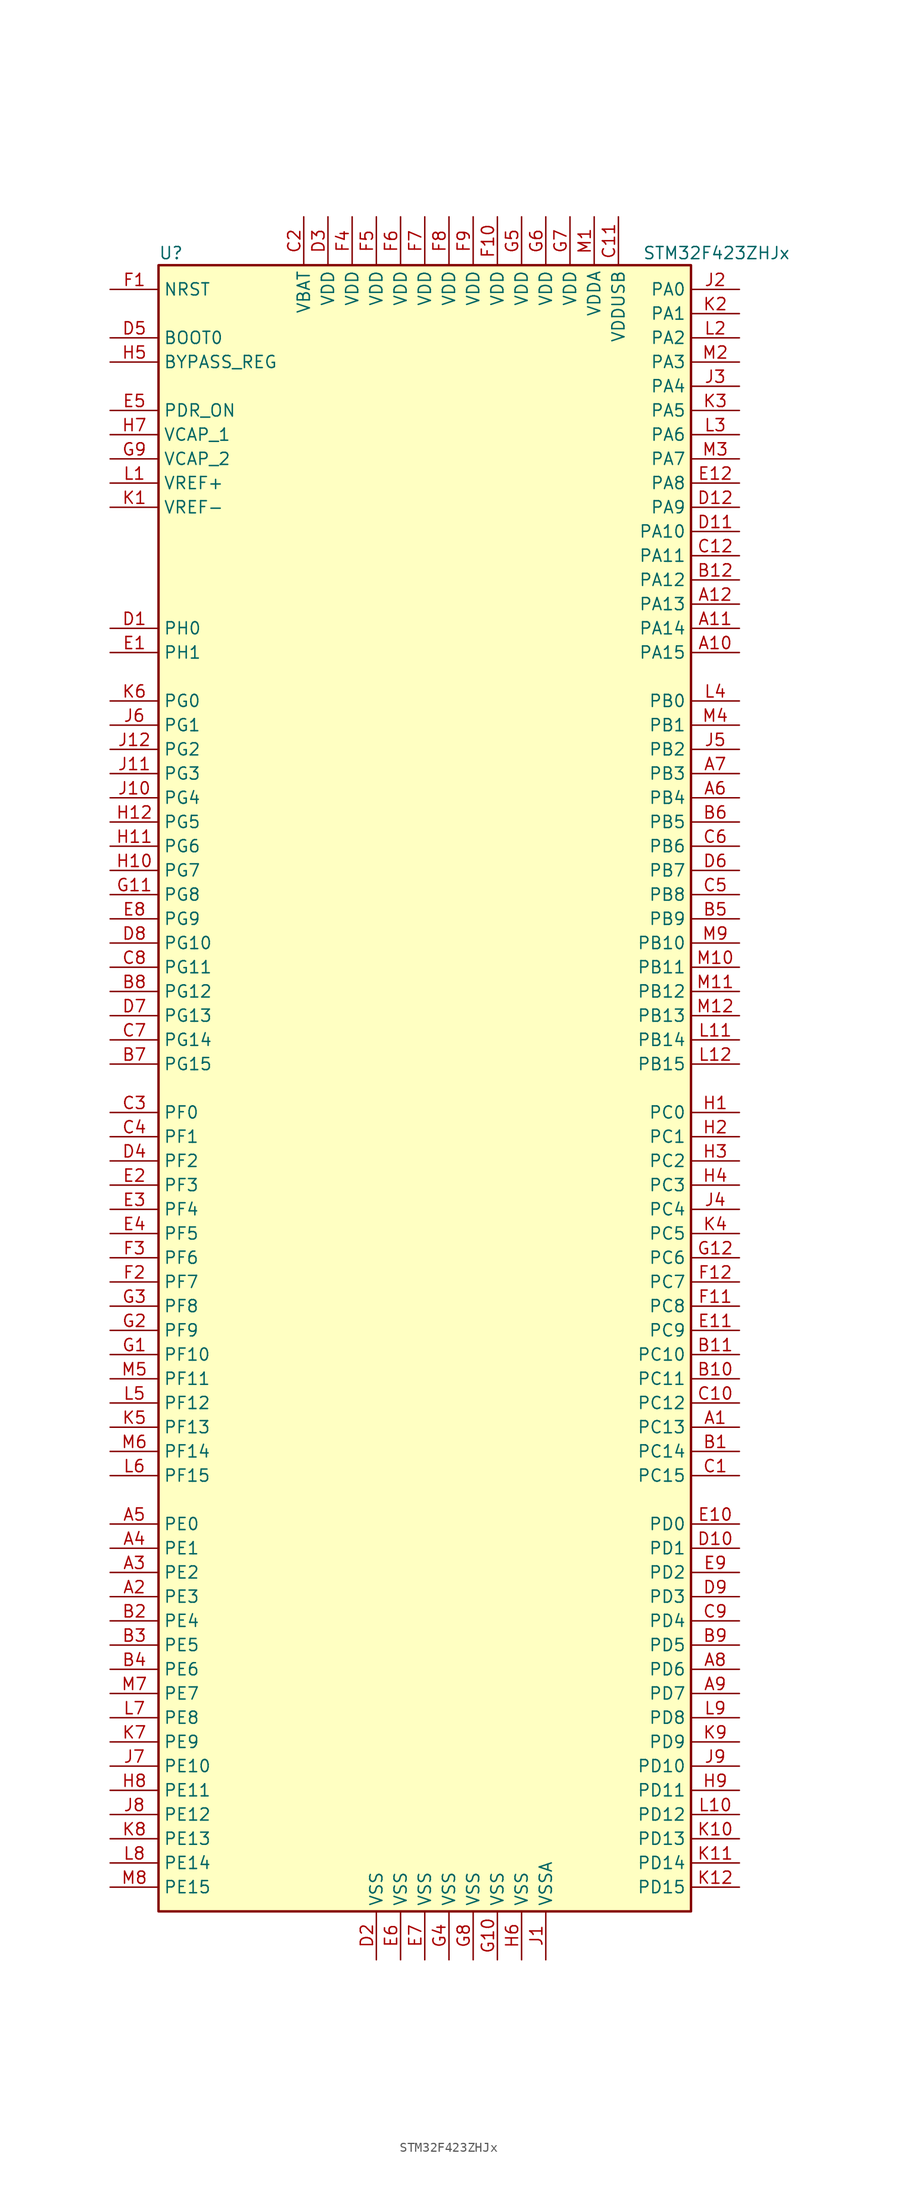
<source format=kicad_sym>
(kicad_symbol_lib
  (version 20211014)
  (generator kicad_symbol_editor)
  (symbol "STM32F423ZHJx"
    (property "Reference" "U"
      (at -27.94 87.63 0)
      (effects (font (size 1.27 1.27)) (justify left)))
    (property "Value" "STM32F423ZHJx"
      (at 22.86 87.63 0)
      (effects (font (size 1.27 1.27)) (justify left)))
    (symbol "STM32F423ZHJx_0_1"
      (rectangle (start -27.94 -86.36) (end 27.94 86.36) (stroke (width 0.254) (type default) (color 0 0 0 0)) (fill (type background))))
    (symbol "STM32F423ZHJx_1_1"
      (pin bidirectional line (at 33.02 -35.56 180) (length 5.08) (name "PC13" (effects (font (size 1.27 1.27)))) (number "A1" (effects (font (size 1.27 1.27)))))
      (pin bidirectional line (at 33.02 45.72 180) (length 5.08) (name "PA15" (effects (font (size 1.27 1.27)))) (number "A10" (effects (font (size 1.27 1.27)))))
      (pin bidirectional line (at 33.02 48.26 180) (length 5.08) (name "PA14" (effects (font (size 1.27 1.27)))) (number "A11" (effects (font (size 1.27 1.27)))))
      (pin bidirectional line (at 33.02 50.8 180) (length 5.08) (name "PA13" (effects (font (size 1.27 1.27)))) (number "A12" (effects (font (size 1.27 1.27)))))
      (pin bidirectional line (at -33.02 -53.34 0) (length 5.08) (name "PE3" (effects (font (size 1.27 1.27)))) (number "A2" (effects (font (size 1.27 1.27)))))
      (pin bidirectional line (at -33.02 -50.8 0) (length 5.08) (name "PE2" (effects (font (size 1.27 1.27)))) (number "A3" (effects (font (size 1.27 1.27)))))
      (pin bidirectional line (at -33.02 -48.26 0) (length 5.08) (name "PE1" (effects (font (size 1.27 1.27)))) (number "A4" (effects (font (size 1.27 1.27)))))
      (pin bidirectional line (at -33.02 -45.72 0) (length 5.08) (name "PE0" (effects (font (size 1.27 1.27)))) (number "A5" (effects (font (size 1.27 1.27)))))
      (pin bidirectional line (at 33.02 30.48 180) (length 5.08) (name "PB4" (effects (font (size 1.27 1.27)))) (number "A6" (effects (font (size 1.27 1.27)))))
      (pin bidirectional line (at 33.02 33.02 180) (length 5.08) (name "PB3" (effects (font (size 1.27 1.27)))) (number "A7" (effects (font (size 1.27 1.27)))))
      (pin bidirectional line (at 33.02 -60.96 180) (length 5.08) (name "PD6" (effects (font (size 1.27 1.27)))) (number "A8" (effects (font (size 1.27 1.27)))))
      (pin bidirectional line (at 33.02 -63.5 180) (length 5.08) (name "PD7" (effects (font (size 1.27 1.27)))) (number "A9" (effects (font (size 1.27 1.27)))))
      (pin bidirectional line (at 33.02 -38.1 180) (length 5.08) (name "PC14" (effects (font (size 1.27 1.27)))) (number "B1" (effects (font (size 1.27 1.27)))))
      (pin bidirectional line (at 33.02 -30.48 180) (length 5.08) (name "PC11" (effects (font (size 1.27 1.27)))) (number "B10" (effects (font (size 1.27 1.27)))))
      (pin bidirectional line (at 33.02 -27.94 180) (length 5.08) (name "PC10" (effects (font (size 1.27 1.27)))) (number "B11" (effects (font (size 1.27 1.27)))))
      (pin bidirectional line (at 33.02 53.34 180) (length 5.08) (name "PA12" (effects (font (size 1.27 1.27)))) (number "B12" (effects (font (size 1.27 1.27)))))
      (pin bidirectional line (at -33.02 -55.88 0) (length 5.08) (name "PE4" (effects (font (size 1.27 1.27)))) (number "B2" (effects (font (size 1.27 1.27)))))
      (pin bidirectional line (at -33.02 -58.42 0) (length 5.08) (name "PE5" (effects (font (size 1.27 1.27)))) (number "B3" (effects (font (size 1.27 1.27)))))
      (pin bidirectional line (at -33.02 -60.96 0) (length 5.08) (name "PE6" (effects (font (size 1.27 1.27)))) (number "B4" (effects (font (size 1.27 1.27)))))
      (pin bidirectional line (at 33.02 17.78 180) (length 5.08) (name "PB9" (effects (font (size 1.27 1.27)))) (number "B5" (effects (font (size 1.27 1.27)))))
      (pin bidirectional line (at 33.02 27.94 180) (length 5.08) (name "PB5" (effects (font (size 1.27 1.27)))) (number "B6" (effects (font (size 1.27 1.27)))))
      (pin bidirectional line (at -33.02 2.54 0) (length 5.08) (name "PG15" (effects (font (size 1.27 1.27)))) (number "B7" (effects (font (size 1.27 1.27)))))
      (pin bidirectional line (at -33.02 10.16 0) (length 5.08) (name "PG12" (effects (font (size 1.27 1.27)))) (number "B8" (effects (font (size 1.27 1.27)))))
      (pin bidirectional line (at 33.02 -58.42 180) (length 5.08) (name "PD5" (effects (font (size 1.27 1.27)))) (number "B9" (effects (font (size 1.27 1.27)))))
      (pin bidirectional line (at 33.02 -40.64 180) (length 5.08) (name "PC15" (effects (font (size 1.27 1.27)))) (number "C1" (effects (font (size 1.27 1.27)))))
      (pin bidirectional line (at 33.02 -33.02 180) (length 5.08) (name "PC12" (effects (font (size 1.27 1.27)))) (number "C10" (effects (font (size 1.27 1.27)))))
      (pin power_in line (at 20.32 91.44 270) (length 5.08) (name "VDDUSB" (effects (font (size 1.27 1.27)))) (number "C11" (effects (font (size 1.27 1.27)))))
      (pin bidirectional line (at 33.02 55.88 180) (length 5.08) (name "PA11" (effects (font (size 1.27 1.27)))) (number "C12" (effects (font (size 1.27 1.27)))))
      (pin power_in line (at -12.7 91.44 270) (length 5.08) (name "VBAT" (effects (font (size 1.27 1.27)))) (number "C2" (effects (font (size 1.27 1.27)))))
      (pin bidirectional line (at -33.02 -2.54 0) (length 5.08) (name "PF0" (effects (font (size 1.27 1.27)))) (number "C3" (effects (font (size 1.27 1.27)))))
      (pin bidirectional line (at -33.02 -5.08 0) (length 5.08) (name "PF1" (effects (font (size 1.27 1.27)))) (number "C4" (effects (font (size 1.27 1.27)))))
      (pin bidirectional line (at 33.02 20.32 180) (length 5.08) (name "PB8" (effects (font (size 1.27 1.27)))) (number "C5" (effects (font (size 1.27 1.27)))))
      (pin bidirectional line (at 33.02 25.4 180) (length 5.08) (name "PB6" (effects (font (size 1.27 1.27)))) (number "C6" (effects (font (size 1.27 1.27)))))
      (pin bidirectional line (at -33.02 5.08 0) (length 5.08) (name "PG14" (effects (font (size 1.27 1.27)))) (number "C7" (effects (font (size 1.27 1.27)))))
      (pin bidirectional line (at -33.02 12.7 0) (length 5.08) (name "PG11" (effects (font (size 1.27 1.27)))) (number "C8" (effects (font (size 1.27 1.27)))))
      (pin bidirectional line (at 33.02 -55.88 180) (length 5.08) (name "PD4" (effects (font (size 1.27 1.27)))) (number "C9" (effects (font (size 1.27 1.27)))))
      (pin input line (at -33.02 48.26 0) (length 5.08) (name "PH0" (effects (font (size 1.27 1.27)))) (number "D1" (effects (font (size 1.27 1.27)))))
      (pin bidirectional line (at 33.02 -48.26 180) (length 5.08) (name "PD1" (effects (font (size 1.27 1.27)))) (number "D10" (effects (font (size 1.27 1.27)))))
      (pin bidirectional line (at 33.02 58.42 180) (length 5.08) (name "PA10" (effects (font (size 1.27 1.27)))) (number "D11" (effects (font (size 1.27 1.27)))))
      (pin bidirectional line (at 33.02 60.96 180) (length 5.08) (name "PA9" (effects (font (size 1.27 1.27)))) (number "D12" (effects (font (size 1.27 1.27)))))
      (pin power_in line (at -5.08 -91.44 90) (length 5.08) (name "VSS" (effects (font (size 1.27 1.27)))) (number "D2" (effects (font (size 1.27 1.27)))))
      (pin power_in line (at -10.16 91.44 270) (length 5.08) (name "VDD" (effects (font (size 1.27 1.27)))) (number "D3" (effects (font (size 1.27 1.27)))))
      (pin bidirectional line (at -33.02 -7.62 0) (length 5.08) (name "PF2" (effects (font (size 1.27 1.27)))) (number "D4" (effects (font (size 1.27 1.27)))))
      (pin input line (at -33.02 78.74 0) (length 5.08) (name "BOOT0" (effects (font (size 1.27 1.27)))) (number "D5" (effects (font (size 1.27 1.27)))))
      (pin bidirectional line (at 33.02 22.86 180) (length 5.08) (name "PB7" (effects (font (size 1.27 1.27)))) (number "D6" (effects (font (size 1.27 1.27)))))
      (pin bidirectional line (at -33.02 7.62 0) (length 5.08) (name "PG13" (effects (font (size 1.27 1.27)))) (number "D7" (effects (font (size 1.27 1.27)))))
      (pin bidirectional line (at -33.02 15.24 0) (length 5.08) (name "PG10" (effects (font (size 1.27 1.27)))) (number "D8" (effects (font (size 1.27 1.27)))))
      (pin bidirectional line (at 33.02 -53.34 180) (length 5.08) (name "PD3" (effects (font (size 1.27 1.27)))) (number "D9" (effects (font (size 1.27 1.27)))))
      (pin input line (at -33.02 45.72 0) (length 5.08) (name "PH1" (effects (font (size 1.27 1.27)))) (number "E1" (effects (font (size 1.27 1.27)))))
      (pin bidirectional line (at 33.02 -45.72 180) (length 5.08) (name "PD0" (effects (font (size 1.27 1.27)))) (number "E10" (effects (font (size 1.27 1.27)))))
      (pin bidirectional line (at 33.02 -25.4 180) (length 5.08) (name "PC9" (effects (font (size 1.27 1.27)))) (number "E11" (effects (font (size 1.27 1.27)))))
      (pin bidirectional line (at 33.02 63.5 180) (length 5.08) (name "PA8" (effects (font (size 1.27 1.27)))) (number "E12" (effects (font (size 1.27 1.27)))))
      (pin bidirectional line (at -33.02 -10.16 0) (length 5.08) (name "PF3" (effects (font (size 1.27 1.27)))) (number "E2" (effects (font (size 1.27 1.27)))))
      (pin bidirectional line (at -33.02 -12.7 0) (length 5.08) (name "PF4" (effects (font (size 1.27 1.27)))) (number "E3" (effects (font (size 1.27 1.27)))))
      (pin bidirectional line (at -33.02 -15.24 0) (length 5.08) (name "PF5" (effects (font (size 1.27 1.27)))) (number "E4" (effects (font (size 1.27 1.27)))))
      (pin power_in line (at -33.02 71.12 0) (length 5.08) (name "PDR_ON" (effects (font (size 1.27 1.27)))) (number "E5" (effects (font (size 1.27 1.27)))))
      (pin power_in line (at -2.54 -91.44 90) (length 5.08) (name "VSS" (effects (font (size 1.27 1.27)))) (number "E6" (effects (font (size 1.27 1.27)))))
      (pin power_in line (at 0 -91.44 90) (length 5.08) (name "VSS" (effects (font (size 1.27 1.27)))) (number "E7" (effects (font (size 1.27 1.27)))))
      (pin bidirectional line (at -33.02 17.78 0) (length 5.08) (name "PG9" (effects (font (size 1.27 1.27)))) (number "E8" (effects (font (size 1.27 1.27)))))
      (pin bidirectional line (at 33.02 -50.8 180) (length 5.08) (name "PD2" (effects (font (size 1.27 1.27)))) (number "E9" (effects (font (size 1.27 1.27)))))
      (pin input line (at -33.02 83.82 0) (length 5.08) (name "NRST" (effects (font (size 1.27 1.27)))) (number "F1" (effects (font (size 1.27 1.27)))))
      (pin power_in line (at 7.62 91.44 270) (length 5.08) (name "VDD" (effects (font (size 1.27 1.27)))) (number "F10" (effects (font (size 1.27 1.27)))))
      (pin bidirectional line (at 33.02 -22.86 180) (length 5.08) (name "PC8" (effects (font (size 1.27 1.27)))) (number "F11" (effects (font (size 1.27 1.27)))))
      (pin bidirectional line (at 33.02 -20.32 180) (length 5.08) (name "PC7" (effects (font (size 1.27 1.27)))) (number "F12" (effects (font (size 1.27 1.27)))))
      (pin bidirectional line (at -33.02 -20.32 0) (length 5.08) (name "PF7" (effects (font (size 1.27 1.27)))) (number "F2" (effects (font (size 1.27 1.27)))))
      (pin bidirectional line (at -33.02 -17.78 0) (length 5.08) (name "PF6" (effects (font (size 1.27 1.27)))) (number "F3" (effects (font (size 1.27 1.27)))))
      (pin power_in line (at -7.62 91.44 270) (length 5.08) (name "VDD" (effects (font (size 1.27 1.27)))) (number "F4" (effects (font (size 1.27 1.27)))))
      (pin power_in line (at -5.08 91.44 270) (length 5.08) (name "VDD" (effects (font (size 1.27 1.27)))) (number "F5" (effects (font (size 1.27 1.27)))))
      (pin power_in line (at -2.54 91.44 270) (length 5.08) (name "VDD" (effects (font (size 1.27 1.27)))) (number "F6" (effects (font (size 1.27 1.27)))))
      (pin power_in line (at 0 91.44 270) (length 5.08) (name "VDD" (effects (font (size 1.27 1.27)))) (number "F7" (effects (font (size 1.27 1.27)))))
      (pin power_in line (at 2.54 91.44 270) (length 5.08) (name "VDD" (effects (font (size 1.27 1.27)))) (number "F8" (effects (font (size 1.27 1.27)))))
      (pin power_in line (at 5.08 91.44 270) (length 5.08) (name "VDD" (effects (font (size 1.27 1.27)))) (number "F9" (effects (font (size 1.27 1.27)))))
      (pin bidirectional line (at -33.02 -27.94 0) (length 5.08) (name "PF10" (effects (font (size 1.27 1.27)))) (number "G1" (effects (font (size 1.27 1.27)))))
      (pin power_in line (at 7.62 -91.44 90) (length 5.08) (name "VSS" (effects (font (size 1.27 1.27)))) (number "G10" (effects (font (size 1.27 1.27)))))
      (pin bidirectional line (at -33.02 20.32 0) (length 5.08) (name "PG8" (effects (font (size 1.27 1.27)))) (number "G11" (effects (font (size 1.27 1.27)))))
      (pin bidirectional line (at 33.02 -17.78 180) (length 5.08) (name "PC6" (effects (font (size 1.27 1.27)))) (number "G12" (effects (font (size 1.27 1.27)))))
      (pin bidirectional line (at -33.02 -25.4 0) (length 5.08) (name "PF9" (effects (font (size 1.27 1.27)))) (number "G2" (effects (font (size 1.27 1.27)))))
      (pin bidirectional line (at -33.02 -22.86 0) (length 5.08) (name "PF8" (effects (font (size 1.27 1.27)))) (number "G3" (effects (font (size 1.27 1.27)))))
      (pin power_in line (at 2.54 -91.44 90) (length 5.08) (name "VSS" (effects (font (size 1.27 1.27)))) (number "G4" (effects (font (size 1.27 1.27)))))
      (pin power_in line (at 10.16 91.44 270) (length 5.08) (name "VDD" (effects (font (size 1.27 1.27)))) (number "G5" (effects (font (size 1.27 1.27)))))
      (pin power_in line (at 12.7 91.44 270) (length 5.08) (name "VDD" (effects (font (size 1.27 1.27)))) (number "G6" (effects (font (size 1.27 1.27)))))
      (pin power_in line (at 15.24 91.44 270) (length 5.08) (name "VDD" (effects (font (size 1.27 1.27)))) (number "G7" (effects (font (size 1.27 1.27)))))
      (pin power_in line (at 5.08 -91.44 90) (length 5.08) (name "VSS" (effects (font (size 1.27 1.27)))) (number "G8" (effects (font (size 1.27 1.27)))))
      (pin power_in line (at -33.02 66.04 0) (length 5.08) (name "VCAP_2" (effects (font (size 1.27 1.27)))) (number "G9" (effects (font (size 1.27 1.27)))))
      (pin bidirectional line (at 33.02 -2.54 180) (length 5.08) (name "PC0" (effects (font (size 1.27 1.27)))) (number "H1" (effects (font (size 1.27 1.27)))))
      (pin bidirectional line (at -33.02 22.86 0) (length 5.08) (name "PG7" (effects (font (size 1.27 1.27)))) (number "H10" (effects (font (size 1.27 1.27)))))
      (pin bidirectional line (at -33.02 25.4 0) (length 5.08) (name "PG6" (effects (font (size 1.27 1.27)))) (number "H11" (effects (font (size 1.27 1.27)))))
      (pin bidirectional line (at -33.02 27.94 0) (length 5.08) (name "PG5" (effects (font (size 1.27 1.27)))) (number "H12" (effects (font (size 1.27 1.27)))))
      (pin bidirectional line (at 33.02 -5.08 180) (length 5.08) (name "PC1" (effects (font (size 1.27 1.27)))) (number "H2" (effects (font (size 1.27 1.27)))))
      (pin bidirectional line (at 33.02 -7.62 180) (length 5.08) (name "PC2" (effects (font (size 1.27 1.27)))) (number "H3" (effects (font (size 1.27 1.27)))))
      (pin bidirectional line (at 33.02 -10.16 180) (length 5.08) (name "PC3" (effects (font (size 1.27 1.27)))) (number "H4" (effects (font (size 1.27 1.27)))))
      (pin input line (at -33.02 76.2 0) (length 5.08) (name "BYPASS_REG" (effects (font (size 1.27 1.27)))) (number "H5" (effects (font (size 1.27 1.27)))))
      (pin power_in line (at 10.16 -91.44 90) (length 5.08) (name "VSS" (effects (font (size 1.27 1.27)))) (number "H6" (effects (font (size 1.27 1.27)))))
      (pin power_in line (at -33.02 68.58 0) (length 5.08) (name "VCAP_1" (effects (font (size 1.27 1.27)))) (number "H7" (effects (font (size 1.27 1.27)))))
      (pin bidirectional line (at -33.02 -73.66 0) (length 5.08) (name "PE11" (effects (font (size 1.27 1.27)))) (number "H8" (effects (font (size 1.27 1.27)))))
      (pin bidirectional line (at 33.02 -73.66 180) (length 5.08) (name "PD11" (effects (font (size 1.27 1.27)))) (number "H9" (effects (font (size 1.27 1.27)))))
      (pin power_in line (at 12.7 -91.44 90) (length 5.08) (name "VSSA" (effects (font (size 1.27 1.27)))) (number "J1" (effects (font (size 1.27 1.27)))))
      (pin bidirectional line (at -33.02 30.48 0) (length 5.08) (name "PG4" (effects (font (size 1.27 1.27)))) (number "J10" (effects (font (size 1.27 1.27)))))
      (pin bidirectional line (at -33.02 33.02 0) (length 5.08) (name "PG3" (effects (font (size 1.27 1.27)))) (number "J11" (effects (font (size 1.27 1.27)))))
      (pin bidirectional line (at -33.02 35.56 0) (length 5.08) (name "PG2" (effects (font (size 1.27 1.27)))) (number "J12" (effects (font (size 1.27 1.27)))))
      (pin bidirectional line (at 33.02 83.82 180) (length 5.08) (name "PA0" (effects (font (size 1.27 1.27)))) (number "J2" (effects (font (size 1.27 1.27)))))
      (pin bidirectional line (at 33.02 73.66 180) (length 5.08) (name "PA4" (effects (font (size 1.27 1.27)))) (number "J3" (effects (font (size 1.27 1.27)))))
      (pin bidirectional line (at 33.02 -12.7 180) (length 5.08) (name "PC4" (effects (font (size 1.27 1.27)))) (number "J4" (effects (font (size 1.27 1.27)))))
      (pin bidirectional line (at 33.02 35.56 180) (length 5.08) (name "PB2" (effects (font (size 1.27 1.27)))) (number "J5" (effects (font (size 1.27 1.27)))))
      (pin bidirectional line (at -33.02 38.1 0) (length 5.08) (name "PG1" (effects (font (size 1.27 1.27)))) (number "J6" (effects (font (size 1.27 1.27)))))
      (pin bidirectional line (at -33.02 -71.12 0) (length 5.08) (name "PE10" (effects (font (size 1.27 1.27)))) (number "J7" (effects (font (size 1.27 1.27)))))
      (pin bidirectional line (at -33.02 -76.2 0) (length 5.08) (name "PE12" (effects (font (size 1.27 1.27)))) (number "J8" (effects (font (size 1.27 1.27)))))
      (pin bidirectional line (at 33.02 -71.12 180) (length 5.08) (name "PD10" (effects (font (size 1.27 1.27)))) (number "J9" (effects (font (size 1.27 1.27)))))
      (pin power_in line (at -33.02 60.96 0) (length 5.08) (name "VREF-" (effects (font (size 1.27 1.27)))) (number "K1" (effects (font (size 1.27 1.27)))))
      (pin bidirectional line (at 33.02 -78.74 180) (length 5.08) (name "PD13" (effects (font (size 1.27 1.27)))) (number "K10" (effects (font (size 1.27 1.27)))))
      (pin bidirectional line (at 33.02 -81.28 180) (length 5.08) (name "PD14" (effects (font (size 1.27 1.27)))) (number "K11" (effects (font (size 1.27 1.27)))))
      (pin bidirectional line (at 33.02 -83.82 180) (length 5.08) (name "PD15" (effects (font (size 1.27 1.27)))) (number "K12" (effects (font (size 1.27 1.27)))))
      (pin bidirectional line (at 33.02 81.28 180) (length 5.08) (name "PA1" (effects (font (size 1.27 1.27)))) (number "K2" (effects (font (size 1.27 1.27)))))
      (pin bidirectional line (at 33.02 71.12 180) (length 5.08) (name "PA5" (effects (font (size 1.27 1.27)))) (number "K3" (effects (font (size 1.27 1.27)))))
      (pin bidirectional line (at 33.02 -15.24 180) (length 5.08) (name "PC5" (effects (font (size 1.27 1.27)))) (number "K4" (effects (font (size 1.27 1.27)))))
      (pin bidirectional line (at -33.02 -35.56 0) (length 5.08) (name "PF13" (effects (font (size 1.27 1.27)))) (number "K5" (effects (font (size 1.27 1.27)))))
      (pin bidirectional line (at -33.02 40.64 0) (length 5.08) (name "PG0" (effects (font (size 1.27 1.27)))) (number "K6" (effects (font (size 1.27 1.27)))))
      (pin bidirectional line (at -33.02 -68.58 0) (length 5.08) (name "PE9" (effects (font (size 1.27 1.27)))) (number "K7" (effects (font (size 1.27 1.27)))))
      (pin bidirectional line (at -33.02 -78.74 0) (length 5.08) (name "PE13" (effects (font (size 1.27 1.27)))) (number "K8" (effects (font (size 1.27 1.27)))))
      (pin bidirectional line (at 33.02 -68.58 180) (length 5.08) (name "PD9" (effects (font (size 1.27 1.27)))) (number "K9" (effects (font (size 1.27 1.27)))))
      (pin power_in line (at -33.02 63.5 0) (length 5.08) (name "VREF+" (effects (font (size 1.27 1.27)))) (number "L1" (effects (font (size 1.27 1.27)))))
      (pin bidirectional line (at 33.02 -76.2 180) (length 5.08) (name "PD12" (effects (font (size 1.27 1.27)))) (number "L10" (effects (font (size 1.27 1.27)))))
      (pin bidirectional line (at 33.02 5.08 180) (length 5.08) (name "PB14" (effects (font (size 1.27 1.27)))) (number "L11" (effects (font (size 1.27 1.27)))))
      (pin bidirectional line (at 33.02 2.54 180) (length 5.08) (name "PB15" (effects (font (size 1.27 1.27)))) (number "L12" (effects (font (size 1.27 1.27)))))
      (pin bidirectional line (at 33.02 78.74 180) (length 5.08) (name "PA2" (effects (font (size 1.27 1.27)))) (number "L2" (effects (font (size 1.27 1.27)))))
      (pin bidirectional line (at 33.02 68.58 180) (length 5.08) (name "PA6" (effects (font (size 1.27 1.27)))) (number "L3" (effects (font (size 1.27 1.27)))))
      (pin bidirectional line (at 33.02 40.64 180) (length 5.08) (name "PB0" (effects (font (size 1.27 1.27)))) (number "L4" (effects (font (size 1.27 1.27)))))
      (pin bidirectional line (at -33.02 -33.02 0) (length 5.08) (name "PF12" (effects (font (size 1.27 1.27)))) (number "L5" (effects (font (size 1.27 1.27)))))
      (pin bidirectional line (at -33.02 -40.64 0) (length 5.08) (name "PF15" (effects (font (size 1.27 1.27)))) (number "L6" (effects (font (size 1.27 1.27)))))
      (pin bidirectional line (at -33.02 -66.04 0) (length 5.08) (name "PE8" (effects (font (size 1.27 1.27)))) (number "L7" (effects (font (size 1.27 1.27)))))
      (pin bidirectional line (at -33.02 -81.28 0) (length 5.08) (name "PE14" (effects (font (size 1.27 1.27)))) (number "L8" (effects (font (size 1.27 1.27)))))
      (pin bidirectional line (at 33.02 -66.04 180) (length 5.08) (name "PD8" (effects (font (size 1.27 1.27)))) (number "L9" (effects (font (size 1.27 1.27)))))
      (pin power_in line (at 17.78 91.44 270) (length 5.08) (name "VDDA" (effects (font (size 1.27 1.27)))) (number "M1" (effects (font (size 1.27 1.27)))))
      (pin bidirectional line (at 33.02 12.7 180) (length 5.08) (name "PB11" (effects (font (size 1.27 1.27)))) (number "M10" (effects (font (size 1.27 1.27)))))
      (pin bidirectional line (at 33.02 10.16 180) (length 5.08) (name "PB12" (effects (font (size 1.27 1.27)))) (number "M11" (effects (font (size 1.27 1.27)))))
      (pin bidirectional line (at 33.02 7.62 180) (length 5.08) (name "PB13" (effects (font (size 1.27 1.27)))) (number "M12" (effects (font (size 1.27 1.27)))))
      (pin bidirectional line (at 33.02 76.2 180) (length 5.08) (name "PA3" (effects (font (size 1.27 1.27)))) (number "M2" (effects (font (size 1.27 1.27)))))
      (pin bidirectional line (at 33.02 66.04 180) (length 5.08) (name "PA7" (effects (font (size 1.27 1.27)))) (number "M3" (effects (font (size 1.27 1.27)))))
      (pin bidirectional line (at 33.02 38.1 180) (length 5.08) (name "PB1" (effects (font (size 1.27 1.27)))) (number "M4" (effects (font (size 1.27 1.27)))))
      (pin bidirectional line (at -33.02 -30.48 0) (length 5.08) (name "PF11" (effects (font (size 1.27 1.27)))) (number "M5" (effects (font (size 1.27 1.27)))))
      (pin bidirectional line (at -33.02 -38.1 0) (length 5.08) (name "PF14" (effects (font (size 1.27 1.27)))) (number "M6" (effects (font (size 1.27 1.27)))))
      (pin bidirectional line (at -33.02 -63.5 0) (length 5.08) (name "PE7" (effects (font (size 1.27 1.27)))) (number "M7" (effects (font (size 1.27 1.27)))))
      (pin bidirectional line (at -33.02 -83.82 0) (length 5.08) (name "PE15" (effects (font (size 1.27 1.27)))) (number "M8" (effects (font (size 1.27 1.27)))))
      (pin bidirectional line (at 33.02 15.24 180) (length 5.08) (name "PB10" (effects (font (size 1.27 1.27)))) (number "M9" (effects (font (size 1.27 1.27))))))))
</source>
